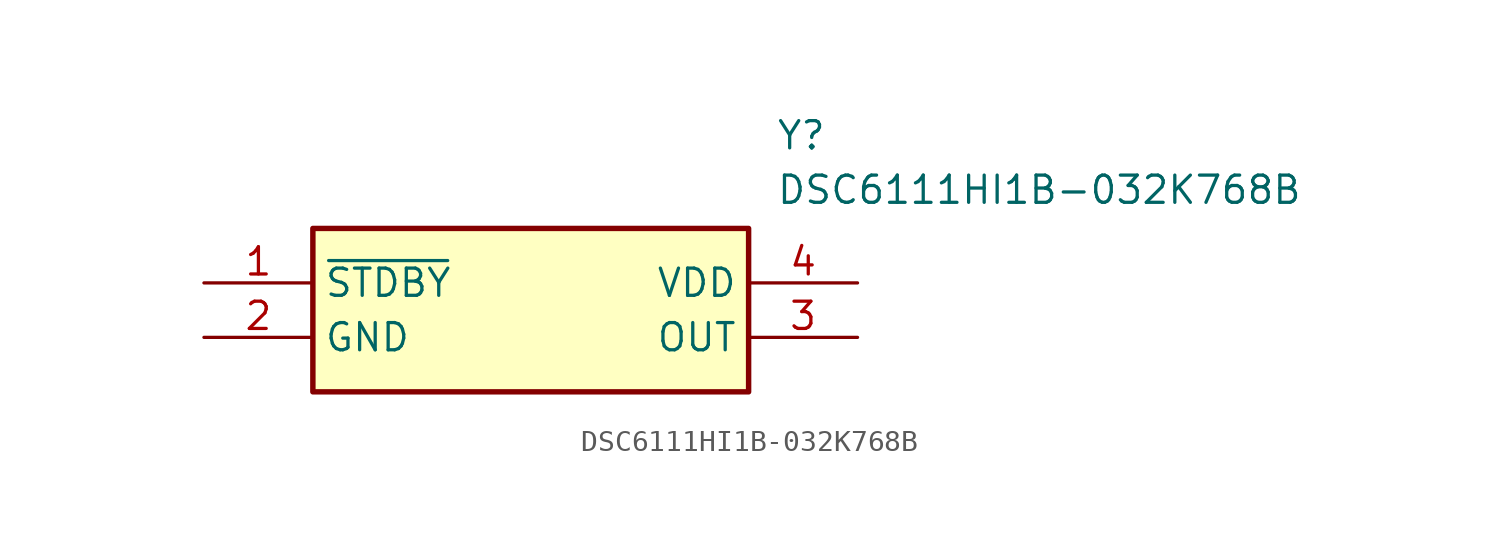
<source format=kicad_sym>
(kicad_symbol_lib
  (version 20211014)
  (generator SamacSys_ECAD_Model)
  (symbol "DSC6111HI1B-032K768B"
    (property "Reference" "Y"
      (at 26.67 7.62 0)
      (effects (font (size 1.27 1.27)) (justify left top)))
    (property "Value" "DSC6111HI1B-032K768B"
      (at 26.67 5.08 0)
      (effects (font (size 1.27 1.27)) (justify left top)))
    (rectangle
      (start 5.08 2.54)
      (end 25.4 -5.08)
      (stroke (width 0.254) (type default))
      (fill (type background)))
    (pin passive line
      (at 0 0 0)
      (length 5.08)
      (name "~{STDBY}" (effects (font (size 1.27 1.27))))
      (number "1" (effects (font (size 1.27 1.27)))))
    (pin passive line
      (at 0 -2.54 0)
      (length 5.08)
      (name "GND" (effects (font (size 1.27 1.27))))
      (number "2" (effects (font (size 1.27 1.27)))))
    (pin passive line
      (at 30.48 -2.54 180)
      (length 5.08)
      (name "OUT" (effects (font (size 1.27 1.27))))
      (number "3" (effects (font (size 1.27 1.27)))))
    (pin passive line
      (at 30.48 0 180)
      (length 5.08)
      (name "VDD" (effects (font (size 1.27 1.27))))
      (number "4" (effects (font (size 1.27 1.27)))))))
</source>
